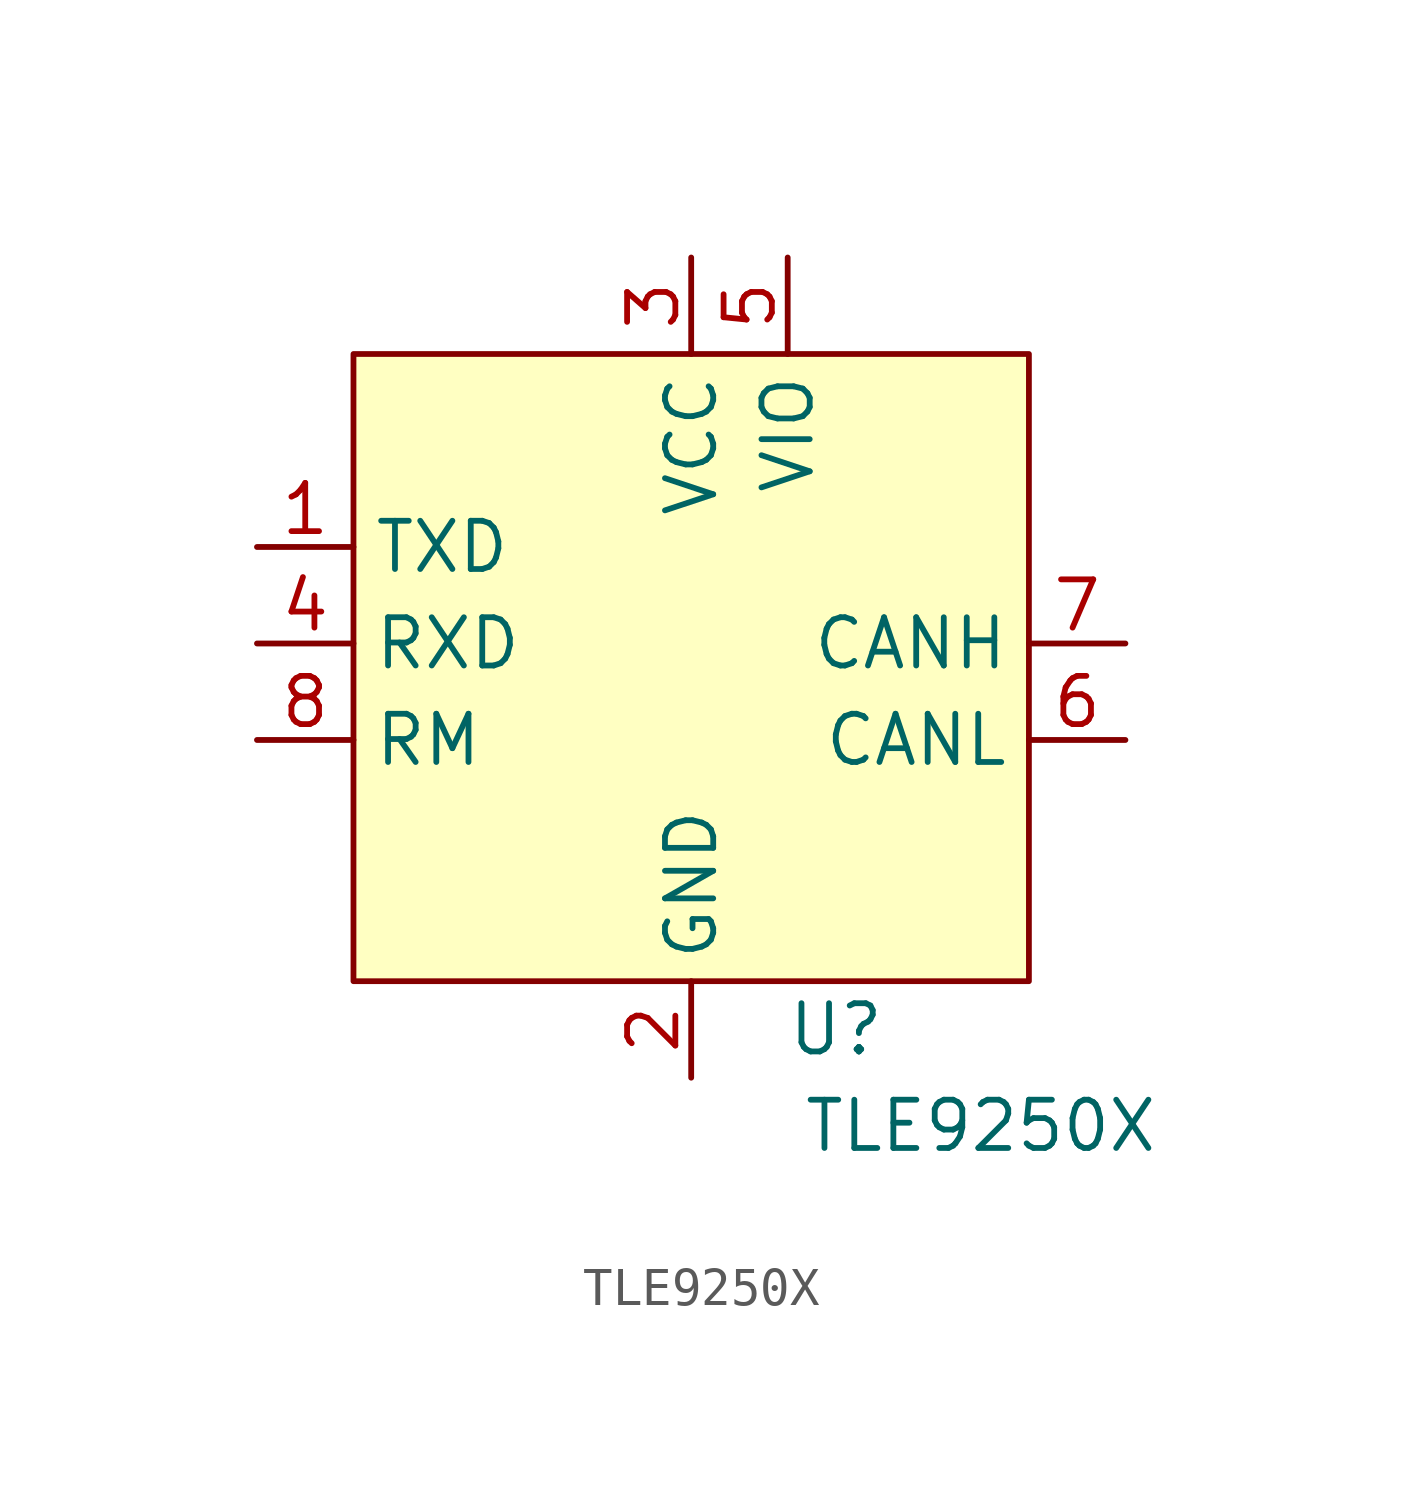
<source format=kicad_sym>
(kicad_symbol_lib
  (version 20211014)
  (generator kicad_symbol_editor)
  (symbol "TLE9250X"
    (property "Reference" "U"
      (at 3.81 -8.89 0)
      (effects (font (size 1.27 1.27))))
    (property "Value" "TLE9250X"
      (at 7.62 -11.43 0)
      (effects (font (size 1.27 1.27))))
    (symbol "TLE9250X_0_0"
      (pin output line (at -11.43 3.81 0) (length 2.54) (name "TXD" (effects (font (size 1.27 1.27)))) (number "1" (effects (font (size 1.27 1.27)))))
      (pin power_in line (at 0 -10.16 90) (length 2.54) (name "GND" (effects (font (size 1.27 1.27)))) (number "2" (effects (font (size 1.27 1.27)))))
      (pin power_in line (at 0 11.43 270) (length 2.54) (name "VCC" (effects (font (size 1.27 1.27)))) (number "3" (effects (font (size 1.27 1.27)))))
      (pin input line (at -11.43 1.27 0) (length 2.54) (name "RXD" (effects (font (size 1.27 1.27)))) (number "4" (effects (font (size 1.27 1.27)))))
      (pin power_in line (at 2.54 11.43 270) (length 2.54) (name "VIO" (effects (font (size 1.27 1.27)))) (number "5" (effects (font (size 1.27 1.27)))))
      (pin bidirectional line (at 11.43 -1.27 180) (length 2.54) (name "CANL" (effects (font (size 1.27 1.27)))) (number "6" (effects (font (size 1.27 1.27)))))
      (pin bidirectional line (at 11.43 1.27 180) (length 2.54) (name "CANH" (effects (font (size 1.27 1.27)))) (number "7" (effects (font (size 1.27 1.27)))))
      (pin input line (at -11.43 -1.27 0) (length 2.54) (name "RM" (effects (font (size 1.27 1.27)))) (number "8" (effects (font (size 1.27 1.27)))))
      (pin input line (at 0 -10.16 90) (length 2.54) hide (name "GND" (effects (font (size 1.27 1.27)))) (number "9" (effects (font (size 1.27 1.27))))))
    (symbol "TLE9250X_0_1"
      (rectangle (start -8.89 8.89) (end 8.89 -7.62) (stroke (width 0.152) (type default) (color 0 0 0 0)) (fill (type background))))))
</source>
